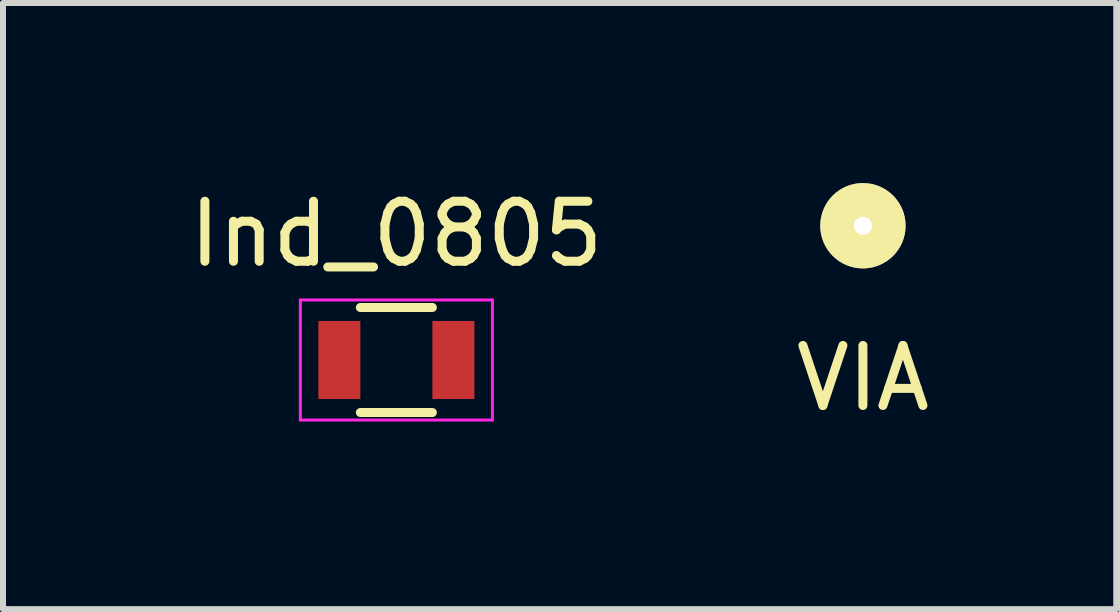
<source format=kicad_pcb>
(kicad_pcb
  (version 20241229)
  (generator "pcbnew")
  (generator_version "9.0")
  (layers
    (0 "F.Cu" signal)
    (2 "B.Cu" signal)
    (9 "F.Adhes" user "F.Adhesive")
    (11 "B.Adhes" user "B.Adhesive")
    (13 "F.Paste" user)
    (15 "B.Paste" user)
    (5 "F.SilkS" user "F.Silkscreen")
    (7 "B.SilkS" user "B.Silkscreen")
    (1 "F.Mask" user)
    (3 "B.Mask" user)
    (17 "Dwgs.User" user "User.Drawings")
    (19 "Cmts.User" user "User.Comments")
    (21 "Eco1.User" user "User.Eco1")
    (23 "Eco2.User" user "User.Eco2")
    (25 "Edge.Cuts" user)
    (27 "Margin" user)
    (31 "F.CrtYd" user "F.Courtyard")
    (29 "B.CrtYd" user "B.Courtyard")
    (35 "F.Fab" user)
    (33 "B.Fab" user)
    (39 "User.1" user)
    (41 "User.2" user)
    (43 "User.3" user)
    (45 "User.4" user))
  (footprint "VIA"
    (layer "F.Cu")
    (at 11.327 0.711)
    (property "Reference" "VIA" (at 0 2.54 0) (layer "F.SilkS") (effects (font (size 1 1) (thickness 0.15))))
    (attr through_hole)
    (pad "1" thru_hole circle (at 0 0) (size 1.422 1.422) (drill 0.3) (layers "*.Cu" "*.Mask" "F.SilkS")))
  (footprint "Ind_0805"
    (layer "F.Cu")
    (at 3.554 2.948)
    (property "Reference" "Ind_0805" (at 0 -2.1 0) (layer "F.SilkS") (effects (font (size 1 1) (thickness 0.15))))
    (attr smd)
    (fp_line (start -0.6 -0.875) (end 0.6 -0.875) (stroke (width 0.15) (type solid)) (layer "F.SilkS"))
    (fp_line (start 0.6 0.875) (end -0.6 0.875) (stroke (width 0.15) (type solid)) (layer "F.SilkS"))
    (fp_line (start -1.6 -1) (end -1.6 1) (stroke (width 0.05) (type solid)) (layer "F.CrtYd"))
    (fp_line (start -1.6 -1) (end 1.6 -1) (stroke (width 0.05) (type solid)) (layer "F.CrtYd"))
    (fp_line (start -1.6 1) (end 1.6 1) (stroke (width 0.05) (type solid)) (layer "F.CrtYd"))
    (fp_line (start 1.6 -1) (end 1.6 1) (stroke (width 0.05) (type solid)) (layer "F.CrtYd"))
    (pad "1" smd rect (at -0.95 0) (size 0.7 1.3) (layers "F.Cu" "F.Mask" "F.Paste"))
    (pad "2" smd rect (at 0.95 0) (size 0.7 1.3) (layers "F.Cu" "F.Mask" "F.Paste")))
  (gr_rect
    (start -3 -3)
    (end 15.548 7.099)
    (stroke (width 0.1) (type default))
    (fill no)
    (layer "Edge.Cuts")))
</source>
